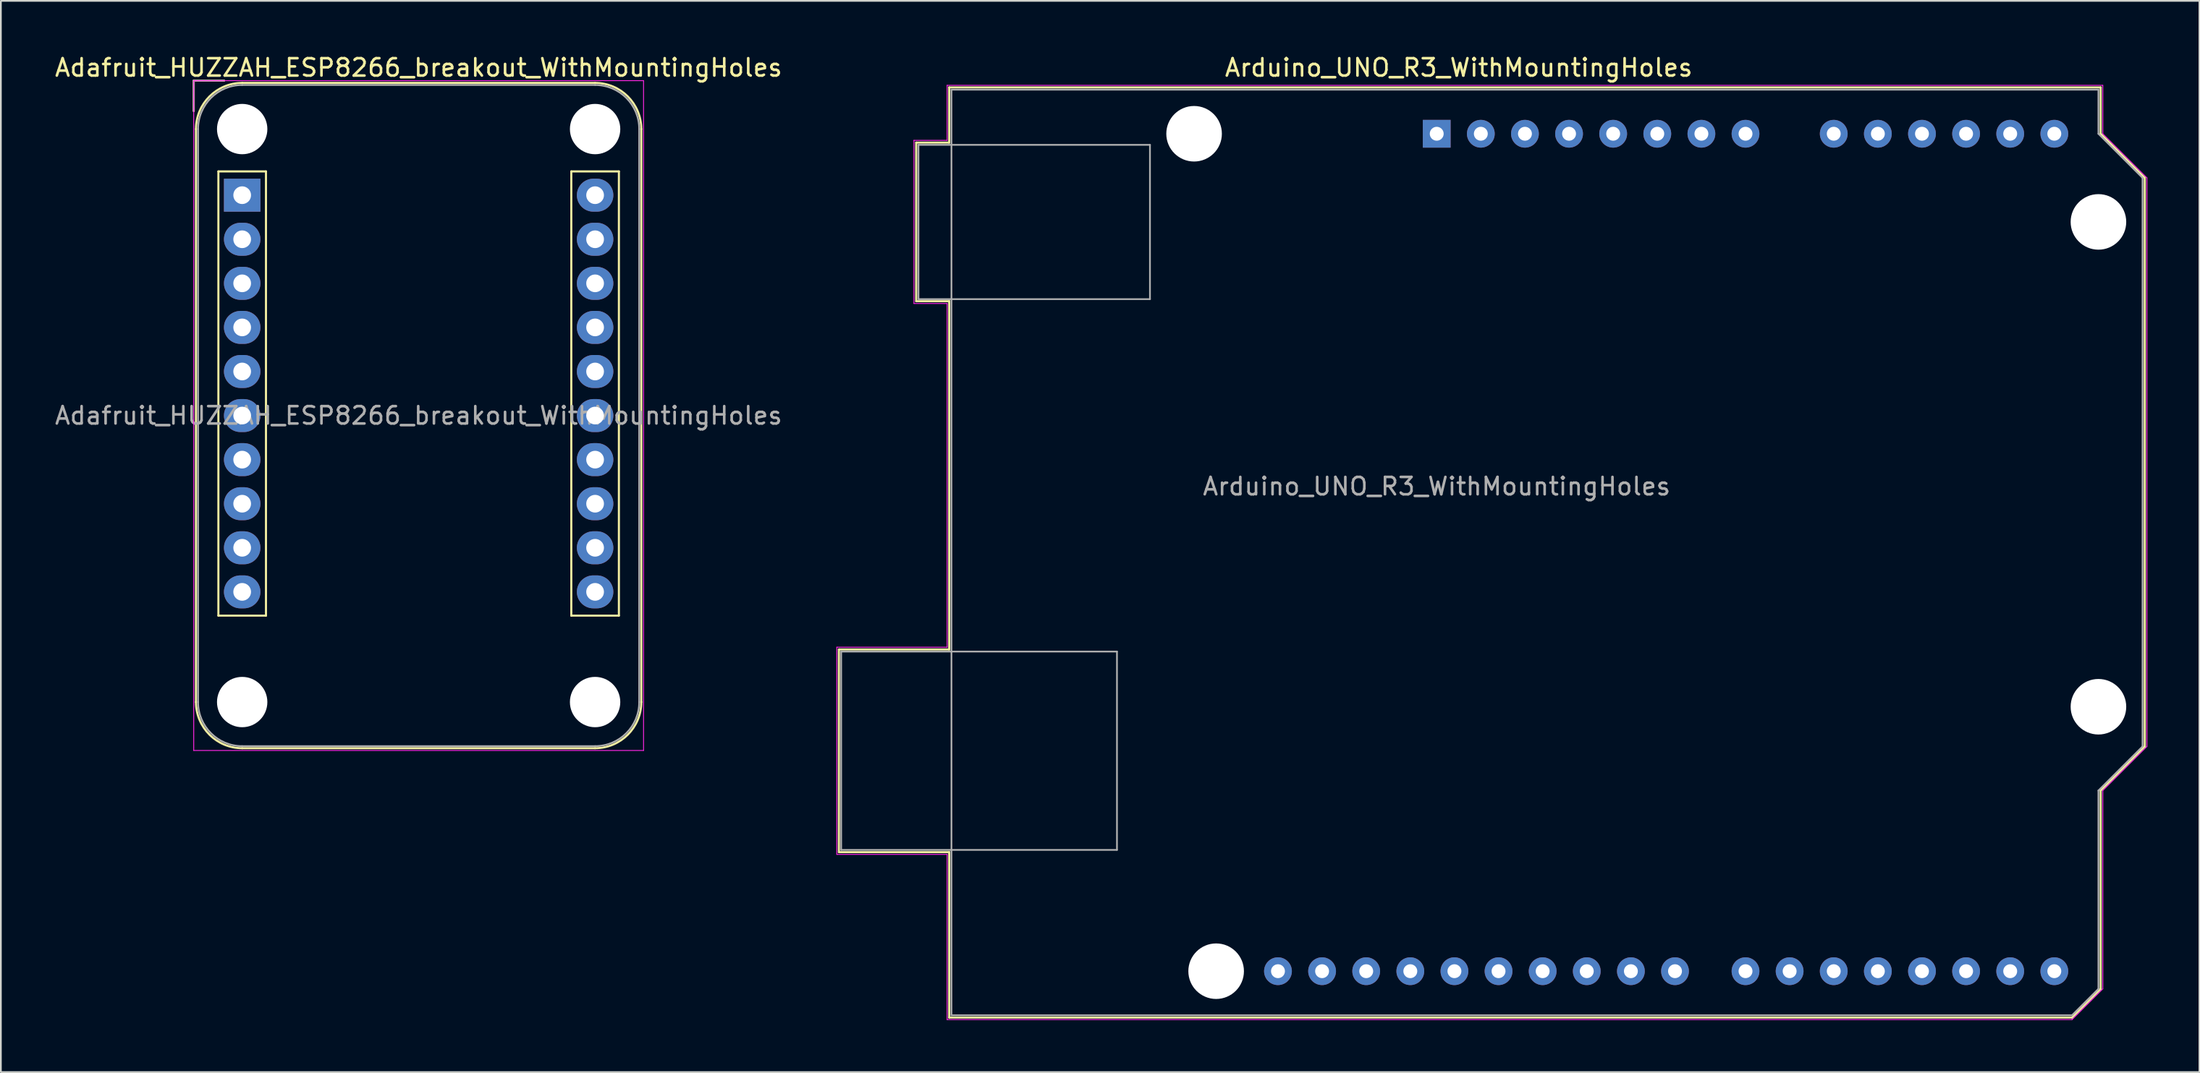
<source format=kicad_pcb>
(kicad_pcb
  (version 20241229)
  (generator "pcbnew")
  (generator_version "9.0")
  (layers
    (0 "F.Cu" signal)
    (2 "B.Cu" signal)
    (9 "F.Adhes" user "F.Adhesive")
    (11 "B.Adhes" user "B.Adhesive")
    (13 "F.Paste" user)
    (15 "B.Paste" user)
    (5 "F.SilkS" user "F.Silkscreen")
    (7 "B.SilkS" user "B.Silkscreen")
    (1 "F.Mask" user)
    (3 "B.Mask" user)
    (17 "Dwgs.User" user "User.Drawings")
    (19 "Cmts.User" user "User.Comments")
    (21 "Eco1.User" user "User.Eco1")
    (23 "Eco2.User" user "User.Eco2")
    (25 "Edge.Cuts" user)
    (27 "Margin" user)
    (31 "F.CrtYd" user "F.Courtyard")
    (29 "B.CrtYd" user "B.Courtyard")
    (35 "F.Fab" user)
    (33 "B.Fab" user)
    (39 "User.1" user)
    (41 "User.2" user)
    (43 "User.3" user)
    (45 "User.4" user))
  (footprint "Arduino_UNO_R3_WithMountingHoles"
    (layer "F.Cu")
    (at 79.672 4.658)
    (property "Reference" "Arduino_UNO_R3_WithMountingHoles" (at 1.27 -3.81 180) (layer "F.SilkS") (effects (font (size 1 1) (thickness 0.15))))
    (attr through_hole)
    (fp_line (start -34.42 29.72) (end -34.42 41.4) (stroke (width 0.12) (type solid)) (layer "F.SilkS"))
    (fp_line (start -34.42 41.4) (end -28.07 41.4) (stroke (width 0.12) (type solid)) (layer "F.SilkS"))
    (fp_line (start -29.97 0.51) (end -29.97 9.65) (stroke (width 0.12) (type solid)) (layer "F.SilkS"))
    (fp_line (start -29.97 9.65) (end -28.07 9.65) (stroke (width 0.12) (type solid)) (layer "F.SilkS"))
    (fp_line (start -28.07 -2.67) (end -28.07 0.51) (stroke (width 0.12) (type solid)) (layer "F.SilkS"))
    (fp_line (start -28.07 0.51) (end -29.97 0.51) (stroke (width 0.12) (type solid)) (layer "F.SilkS"))
    (fp_line (start -28.07 9.65) (end -28.07 29.72) (stroke (width 0.12) (type solid)) (layer "F.SilkS"))
    (fp_line (start -28.07 29.72) (end -34.42 29.72) (stroke (width 0.12) (type solid)) (layer "F.SilkS"))
    (fp_line (start -28.07 41.4) (end -28.07 50.93) (stroke (width 0.12) (type solid)) (layer "F.SilkS"))
    (fp_line (start -28.07 50.93) (end 36.58 50.93) (stroke (width 0.12) (type solid)) (layer "F.SilkS"))
    (fp_line (start 36.58 50.93) (end 38.23 49.28) (stroke (width 0.12) (type solid)) (layer "F.SilkS"))
    (fp_line (start 38.23 -2.67) (end -28.07 -2.67) (stroke (width 0.12) (type solid)) (layer "F.SilkS"))
    (fp_line (start 38.23 0) (end 38.23 -2.67) (stroke (width 0.12) (type solid)) (layer "F.SilkS"))
    (fp_line (start 38.23 37.85) (end 40.77 35.31) (stroke (width 0.12) (type solid)) (layer "F.SilkS"))
    (fp_line (start 38.23 49.28) (end 38.23 37.85) (stroke (width 0.12) (type solid)) (layer "F.SilkS"))
    (fp_line (start 40.77 2.54) (end 38.23 0) (stroke (width 0.12) (type solid)) (layer "F.SilkS"))
    (fp_line (start 40.77 35.31) (end 40.77 2.54) (stroke (width 0.12) (type solid)) (layer "F.SilkS"))
    (fp_line (start -34.54 29.59) (end -28.19 29.59) (stroke (width 0.05) (type solid)) (layer "F.CrtYd"))
    (fp_line (start -34.54 41.53) (end -34.54 29.59) (stroke (width 0.05) (type solid)) (layer "F.CrtYd"))
    (fp_line (start -30.1 0.38) (end -28.19 0.38) (stroke (width 0.05) (type solid)) (layer "F.CrtYd"))
    (fp_line (start -30.1 9.78) (end -30.1 0.38) (stroke (width 0.05) (type solid)) (layer "F.CrtYd"))
    (fp_line (start -28.19 -2.79) (end 38.35 -2.79) (stroke (width 0.05) (type solid)) (layer "F.CrtYd"))
    (fp_line (start -28.19 0.38) (end -28.19 -2.79) (stroke (width 0.05) (type solid)) (layer "F.CrtYd"))
    (fp_line (start -28.19 9.78) (end -30.1 9.78) (stroke (width 0.05) (type solid)) (layer "F.CrtYd"))
    (fp_line (start -28.19 29.59) (end -28.19 9.78) (stroke (width 0.05) (type solid)) (layer "F.CrtYd"))
    (fp_line (start -28.19 41.53) (end -34.54 41.53) (stroke (width 0.05) (type solid)) (layer "F.CrtYd"))
    (fp_line (start -28.19 51.05) (end -28.19 41.53) (stroke (width 0.05) (type solid)) (layer "F.CrtYd"))
    (fp_line (start 36.58 51.05) (end -28.19 51.05) (stroke (width 0.05) (type solid)) (layer "F.CrtYd"))
    (fp_line (start 38.35 -2.79) (end 38.35 0) (stroke (width 0.05) (type solid)) (layer "F.CrtYd"))
    (fp_line (start 38.35 0) (end 40.89 2.54) (stroke (width 0.05) (type solid)) (layer "F.CrtYd"))
    (fp_line (start 38.35 37.85) (end 38.35 49.28) (stroke (width 0.05) (type solid)) (layer "F.CrtYd"))
    (fp_line (start 38.35 49.28) (end 36.58 51.05) (stroke (width 0.05) (type solid)) (layer "F.CrtYd"))
    (fp_line (start 40.89 2.54) (end 40.89 35.31) (stroke (width 0.05) (type solid)) (layer "F.CrtYd"))
    (fp_line (start 40.89 35.31) (end 38.35 37.85) (stroke (width 0.05) (type solid)) (layer "F.CrtYd"))
    (fp_line (start -34.29 29.84) (end -18.41 29.84) (stroke (width 0.1) (type solid)) (layer "F.Fab"))
    (fp_line (start -34.29 41.27) (end -34.29 29.84) (stroke (width 0.1) (type solid)) (layer "F.Fab"))
    (fp_line (start -29.84 0.64) (end -16.51 0.64) (stroke (width 0.1) (type solid)) (layer "F.Fab"))
    (fp_line (start -29.84 9.53) (end -29.84 0.64) (stroke (width 0.1) (type solid)) (layer "F.Fab"))
    (fp_line (start -27.94 -2.54) (end 38.1 -2.54) (stroke (width 0.1) (type solid)) (layer "F.Fab"))
    (fp_line (start -27.94 50.8) (end -27.94 -2.54) (stroke (width 0.1) (type solid)) (layer "F.Fab"))
    (fp_line (start -18.41 29.84) (end -18.41 41.27) (stroke (width 0.1) (type solid)) (layer "F.Fab"))
    (fp_line (start -18.41 41.27) (end -34.29 41.27) (stroke (width 0.1) (type solid)) (layer "F.Fab"))
    (fp_line (start -16.51 0.64) (end -16.51 9.53) (stroke (width 0.1) (type solid)) (layer "F.Fab"))
    (fp_line (start -16.51 9.53) (end -29.84 9.53) (stroke (width 0.1) (type solid)) (layer "F.Fab"))
    (fp_line (start 36.58 50.8) (end -27.94 50.8) (stroke (width 0.1) (type solid)) (layer "F.Fab"))
    (fp_line (start 38.1 -2.54) (end 38.1 0) (stroke (width 0.1) (type solid)) (layer "F.Fab"))
    (fp_line (start 38.1 0) (end 40.64 2.54) (stroke (width 0.1) (type solid)) (layer "F.Fab"))
    (fp_line (start 38.1 37.85) (end 38.1 49.28) (stroke (width 0.1) (type solid)) (layer "F.Fab"))
    (fp_line (start 38.1 49.28) (end 36.58 50.8) (stroke (width 0.1) (type solid)) (layer "F.Fab"))
    (fp_line (start 40.64 2.54) (end 40.64 35.31) (stroke (width 0.1) (type solid)) (layer "F.Fab"))
    (fp_line (start 40.64 35.31) (end 38.1 37.85) (stroke (width 0.1) (type solid)) (layer "F.Fab"))
    (fp_text user "${REFERENCE}" (at 0 20.32 180) (layer "F.Fab") (effects (font (size 1 1) (thickness 0.15))))
    (pad "" np_thru_hole circle (at -13.97 0 90) (size 3.2 3.2) (drill 3.2) (layers "*.Cu" "*.Mask"))
    (pad "" np_thru_hole circle (at -12.7 48.26 90) (size 3.2 3.2) (drill 3.2) (layers "*.Cu" "*.Mask"))
    (pad "" np_thru_hole circle (at 38.1 5.08 90) (size 3.2 3.2) (drill 3.2) (layers "*.Cu" "*.Mask"))
    (pad "" np_thru_hole circle (at 38.1 33.02 90) (size 3.2 3.2) (drill 3.2) (layers "*.Cu" "*.Mask"))
    (pad "1" thru_hole rect (at 0 0 90) (size 1.6 1.6) (drill 0.8) (layers "*.Cu" "*.Mask"))
    (pad "2" thru_hole oval (at 2.54 0 90) (size 1.6 1.6) (drill 0.8) (layers "*.Cu" "*.Mask"))
    (pad "3" thru_hole oval (at 5.08 0 90) (size 1.6 1.6) (drill 0.8) (layers "*.Cu" "*.Mask"))
    (pad "4" thru_hole oval (at 7.62 0 90) (size 1.6 1.6) (drill 0.8) (layers "*.Cu" "*.Mask"))
    (pad "5" thru_hole oval (at 10.16 0 90) (size 1.6 1.6) (drill 0.8) (layers "*.Cu" "*.Mask"))
    (pad "6" thru_hole oval (at 12.7 0 90) (size 1.6 1.6) (drill 0.8) (layers "*.Cu" "*.Mask"))
    (pad "7" thru_hole oval (at 15.24 0 90) (size 1.6 1.6) (drill 0.8) (layers "*.Cu" "*.Mask"))
    (pad "8" thru_hole oval (at 17.78 0 90) (size 1.6 1.6) (drill 0.8) (layers "*.Cu" "*.Mask"))
    (pad "9" thru_hole oval (at 22.86 0 90) (size 1.6 1.6) (drill 0.8) (layers "*.Cu" "*.Mask"))
    (pad "10" thru_hole oval (at 25.4 0 90) (size 1.6 1.6) (drill 0.8) (layers "*.Cu" "*.Mask"))
    (pad "11" thru_hole oval (at 27.94 0 90) (size 1.6 1.6) (drill 0.8) (layers "*.Cu" "*.Mask"))
    (pad "12" thru_hole oval (at 30.48 0 90) (size 1.6 1.6) (drill 0.8) (layers "*.Cu" "*.Mask"))
    (pad "13" thru_hole oval (at 33.02 0 90) (size 1.6 1.6) (drill 0.8) (layers "*.Cu" "*.Mask"))
    (pad "14" thru_hole oval (at 35.56 0 90) (size 1.6 1.6) (drill 0.8) (layers "*.Cu" "*.Mask"))
    (pad "15" thru_hole oval (at 35.56 48.26 90) (size 1.6 1.6) (drill 0.8) (layers "*.Cu" "*.Mask"))
    (pad "16" thru_hole oval (at 33.02 48.26 90) (size 1.6 1.6) (drill 0.8) (layers "*.Cu" "*.Mask"))
    (pad "17" thru_hole oval (at 30.48 48.26 90) (size 1.6 1.6) (drill 0.8) (layers "*.Cu" "*.Mask"))
    (pad "18" thru_hole oval (at 27.94 48.26 90) (size 1.6 1.6) (drill 0.8) (layers "*.Cu" "*.Mask"))
    (pad "19" thru_hole oval (at 25.4 48.26 90) (size 1.6 1.6) (drill 0.8) (layers "*.Cu" "*.Mask"))
    (pad "20" thru_hole oval (at 22.86 48.26 90) (size 1.6 1.6) (drill 0.8) (layers "*.Cu" "*.Mask"))
    (pad "21" thru_hole oval (at 20.32 48.26 90) (size 1.6 1.6) (drill 0.8) (layers "*.Cu" "*.Mask"))
    (pad "22" thru_hole oval (at 17.78 48.26 90) (size 1.6 1.6) (drill 0.8) (layers "*.Cu" "*.Mask"))
    (pad "23" thru_hole oval (at 13.72 48.26 90) (size 1.6 1.6) (drill 0.8) (layers "*.Cu" "*.Mask"))
    (pad "24" thru_hole oval (at 11.18 48.26 90) (size 1.6 1.6) (drill 0.8) (layers "*.Cu" "*.Mask"))
    (pad "25" thru_hole oval (at 8.64 48.26 90) (size 1.6 1.6) (drill 0.8) (layers "*.Cu" "*.Mask"))
    (pad "26" thru_hole oval (at 6.1 48.26 90) (size 1.6 1.6) (drill 0.8) (layers "*.Cu" "*.Mask"))
    (pad "27" thru_hole oval (at 3.56 48.26 90) (size 1.6 1.6) (drill 0.8) (layers "*.Cu" "*.Mask"))
    (pad "28" thru_hole oval (at 1.02 48.26 90) (size 1.6 1.6) (drill 0.8) (layers "*.Cu" "*.Mask"))
    (pad "29" thru_hole oval (at -1.52 48.26 90) (size 1.6 1.6) (drill 0.8) (layers "*.Cu" "*.Mask"))
    (pad "30" thru_hole oval (at -4.06 48.26 90) (size 1.6 1.6) (drill 0.8) (layers "*.Cu" "*.Mask"))
    (pad "31" thru_hole oval (at -6.6 48.26 90) (size 1.6 1.6) (drill 0.8) (layers "*.Cu" "*.Mask"))
    (pad "32" thru_hole oval (at -9.14 48.26 90) (size 1.6 1.6) (drill 0.8) (layers "*.Cu" "*.Mask")))
  (footprint "Adafruit_HUZZAH_ESP8266_breakout_WithMountingHoles"
    (layer "F.Cu")
    (at 10.894 8.198)
    (property "Reference" "Adafruit_HUZZAH_ESP8266_breakout_WithMountingHoles" (at 10.16 -7.35 0) (layer "F.SilkS") (effects (font (size 1 1) (thickness 0.15))))
    (attr through_hole)
    (fp_line (start -2.79 -6.6) (end -1.04 -6.6) (stroke (width 0.12) (type solid)) (layer "F.SilkS"))
    (fp_line (start -2.79 -4.85) (end -2.79 -6.6) (stroke (width 0.12) (type solid)) (layer "F.SilkS"))
    (fp_line (start -2.66 -3.81) (end -2.66 29.21) (stroke (width 0.12) (type solid)) (layer "F.SilkS"))
    (fp_line (start -1.37 -1.37) (end -1.37 24.23) (stroke (width 0.12) (type solid)) (layer "F.SilkS"))
    (fp_line (start -1.37 24.23) (end 1.37 24.23) (stroke (width 0.12) (type solid)) (layer "F.SilkS"))
    (fp_line (start 0 -6.47) (end 20.32 -6.47) (stroke (width 0.12) (type solid)) (layer "F.SilkS"))
    (fp_line (start 0 31.87) (end 20.32 31.87) (stroke (width 0.12) (type solid)) (layer "F.SilkS"))
    (fp_line (start 1.37 -1.37) (end -1.37 -1.37) (stroke (width 0.12) (type solid)) (layer "F.SilkS"))
    (fp_line (start 1.37 24.23) (end 1.37 -1.37) (stroke (width 0.12) (type solid)) (layer "F.SilkS"))
    (fp_line (start 18.95 -1.37) (end 18.95 24.23) (stroke (width 0.12) (type solid)) (layer "F.SilkS"))
    (fp_line (start 18.95 24.23) (end 21.69 24.23) (stroke (width 0.12) (type solid)) (layer "F.SilkS"))
    (fp_line (start 21.69 -1.37) (end 18.95 -1.37) (stroke (width 0.12) (type solid)) (layer "F.SilkS"))
    (fp_line (start 21.69 24.23) (end 21.69 -1.37) (stroke (width 0.12) (type solid)) (layer "F.SilkS"))
    (fp_line (start 22.98 -3.81) (end 22.98 29.21) (stroke (width 0.12) (type solid)) (layer "F.SilkS"))
    (fp_arc (start -2.66 -3.81) (mid -1.880904 -5.690904) (end 0 -6.47) (stroke (width 0.12) (type solid)) (layer "F.SilkS"))
    (fp_arc (start 0 31.87) (mid -1.880904 31.090904) (end -2.66 29.21) (stroke (width 0.12) (type solid)) (layer "F.SilkS"))
    (fp_arc (start 20.32 -6.47) (mid 22.200904 -5.690904) (end 22.98 -3.81) (stroke (width 0.12) (type solid)) (layer "F.SilkS"))
    (fp_arc (start 22.98 29.21) (mid 22.200904 31.090904) (end 20.32 31.87) (stroke (width 0.12) (type solid)) (layer "F.SilkS"))
    (fp_line (start -2.79 -6.6) (end -2.79 32) (stroke (width 0.05) (type solid)) (layer "F.CrtYd"))
    (fp_line (start -2.79 32) (end 23.11 32) (stroke (width 0.05) (type solid)) (layer "F.CrtYd"))
    (fp_line (start 23.11 -6.6) (end -2.79 -6.6) (stroke (width 0.05) (type solid)) (layer "F.CrtYd"))
    (fp_line (start 23.11 32) (end 23.11 -6.6) (stroke (width 0.05) (type solid)) (layer "F.CrtYd"))
    (fp_line (start -2.79 -6.6) (end -1.04 -6.6) (stroke (width 0.1) (type solid)) (layer "F.Fab"))
    (fp_line (start -2.79 -4.85) (end -2.79 -6.6) (stroke (width 0.1) (type solid)) (layer "F.Fab"))
    (fp_line (start -2.54 -3.81) (end -2.54 29.21) (stroke (width 0.1) (type solid)) (layer "F.Fab"))
    (fp_line (start 0 -6.35) (end 20.32 -6.35) (stroke (width 0.1) (type solid)) (layer "F.Fab"))
    (fp_line (start 0 31.75) (end 20.32 31.75) (stroke (width 0.1) (type solid)) (layer "F.Fab"))
    (fp_line (start 22.86 -3.81) (end 22.86 29.21) (stroke (width 0.1) (type solid)) (layer "F.Fab"))
    (fp_arc (start -2.54 -3.81) (mid -1.796051 -5.606051) (end 0 -6.35) (stroke (width 0.1) (type solid)) (layer "F.Fab"))
    (fp_arc (start 0 31.75) (mid -1.796051 31.006051) (end -2.54 29.21) (stroke (width 0.1) (type solid)) (layer "F.Fab"))
    (fp_arc (start 20.32 -6.35) (mid 22.116051 -5.606051) (end 22.86 -3.81) (stroke (width 0.1) (type solid)) (layer "F.Fab"))
    (fp_arc (start 22.86 29.21) (mid 22.116051 31.006051) (end 20.32 31.75) (stroke (width 0.1) (type solid)) (layer "F.Fab"))
    (fp_text user "${REFERENCE}" (at 10.16 12.7 0) (layer "F.Fab") (effects (font (size 1 1) (thickness 0.15))))
    (pad "" np_thru_hole circle (at 0 -3.81) (size 2.9 2.9) (drill 2.9) (layers "*.Cu" "*.Mask"))
    (pad "" np_thru_hole circle (at 0 29.21) (size 2.9 2.9) (drill 2.9) (layers "*.Cu" "*.Mask"))
    (pad "" np_thru_hole circle (at 20.32 -3.81) (size 2.9 2.9) (drill 2.9) (layers "*.Cu" "*.Mask"))
    (pad "" np_thru_hole circle (at 20.32 29.21) (size 2.9 2.9) (drill 2.9) (layers "*.Cu" "*.Mask"))
    (pad "1" thru_hole rect (at 0 0) (size 2.1 1.9) (drill 1.02) (layers "*.Cu" "*.Mask"))
    (pad "2" thru_hole oval (at 0 2.54) (size 2.1 1.9) (drill 1.02) (layers "*.Cu" "*.Mask"))
    (pad "3" thru_hole oval (at 0 5.08) (size 2.1 1.9) (drill 1.02) (layers "*.Cu" "*.Mask"))
    (pad "4" thru_hole oval (at 0 7.62) (size 2.1 1.9) (drill 1.02) (layers "*.Cu" "*.Mask"))
    (pad "5" thru_hole oval (at 0 10.16) (size 2.1 1.9) (drill 1.02) (layers "*.Cu" "*.Mask"))
    (pad "6" thru_hole oval (at 0 12.7) (size 2.1 1.9) (drill 1.02) (layers "*.Cu" "*.Mask"))
    (pad "7" thru_hole oval (at 0 15.24) (size 2.1 1.9) (drill 1.02) (layers "*.Cu" "*.Mask"))
    (pad "8" thru_hole oval (at 0 17.78) (size 2.1 1.9) (drill 1.02) (layers "*.Cu" "*.Mask"))
    (pad "9" thru_hole oval (at 0 20.32) (size 2.1 1.9) (drill 1.02) (layers "*.Cu" "*.Mask"))
    (pad "10" thru_hole oval (at 0 22.86) (size 2.1 1.9) (drill 1.02) (layers "*.Cu" "*.Mask"))
    (pad "11" thru_hole oval (at 20.32 22.86) (size 2.1 1.9) (drill 1.02) (layers "*.Cu" "*.Mask"))
    (pad "12" thru_hole oval (at 20.32 20.32) (size 2.1 1.9) (drill 1.02) (layers "*.Cu" "*.Mask"))
    (pad "13" thru_hole oval (at 20.32 17.78) (size 2.1 1.9) (drill 1.02) (layers "*.Cu" "*.Mask"))
    (pad "14" thru_hole oval (at 20.32 15.24) (size 2.1 1.9) (drill 1.02) (layers "*.Cu" "*.Mask"))
    (pad "15" thru_hole oval (at 20.32 12.7) (size 2.1 1.9) (drill 1.02) (layers "*.Cu" "*.Mask"))
    (pad "16" thru_hole oval (at 20.32 10.16) (size 2.1 1.9) (drill 1.02) (layers "*.Cu" "*.Mask"))
    (pad "17" thru_hole oval (at 20.32 7.62) (size 2.1 1.9) (drill 1.02) (layers "*.Cu" "*.Mask"))
    (pad "18" thru_hole oval (at 20.32 5.08) (size 2.1 1.9) (drill 1.02) (layers "*.Cu" "*.Mask"))
    (pad "19" thru_hole oval (at 20.32 2.54) (size 2.1 1.9) (drill 1.02) (layers "*.Cu" "*.Mask"))
    (pad "20" thru_hole oval (at 20.32 0) (size 2.1 1.9) (drill 1.02) (layers "*.Cu" "*.Mask")))
  (gr_rect
    (start -3 -3)
    (end 123.587 58.733)
    (stroke (width 0.1) (type default))
    (fill no)
    (layer "Edge.Cuts")))
</source>
